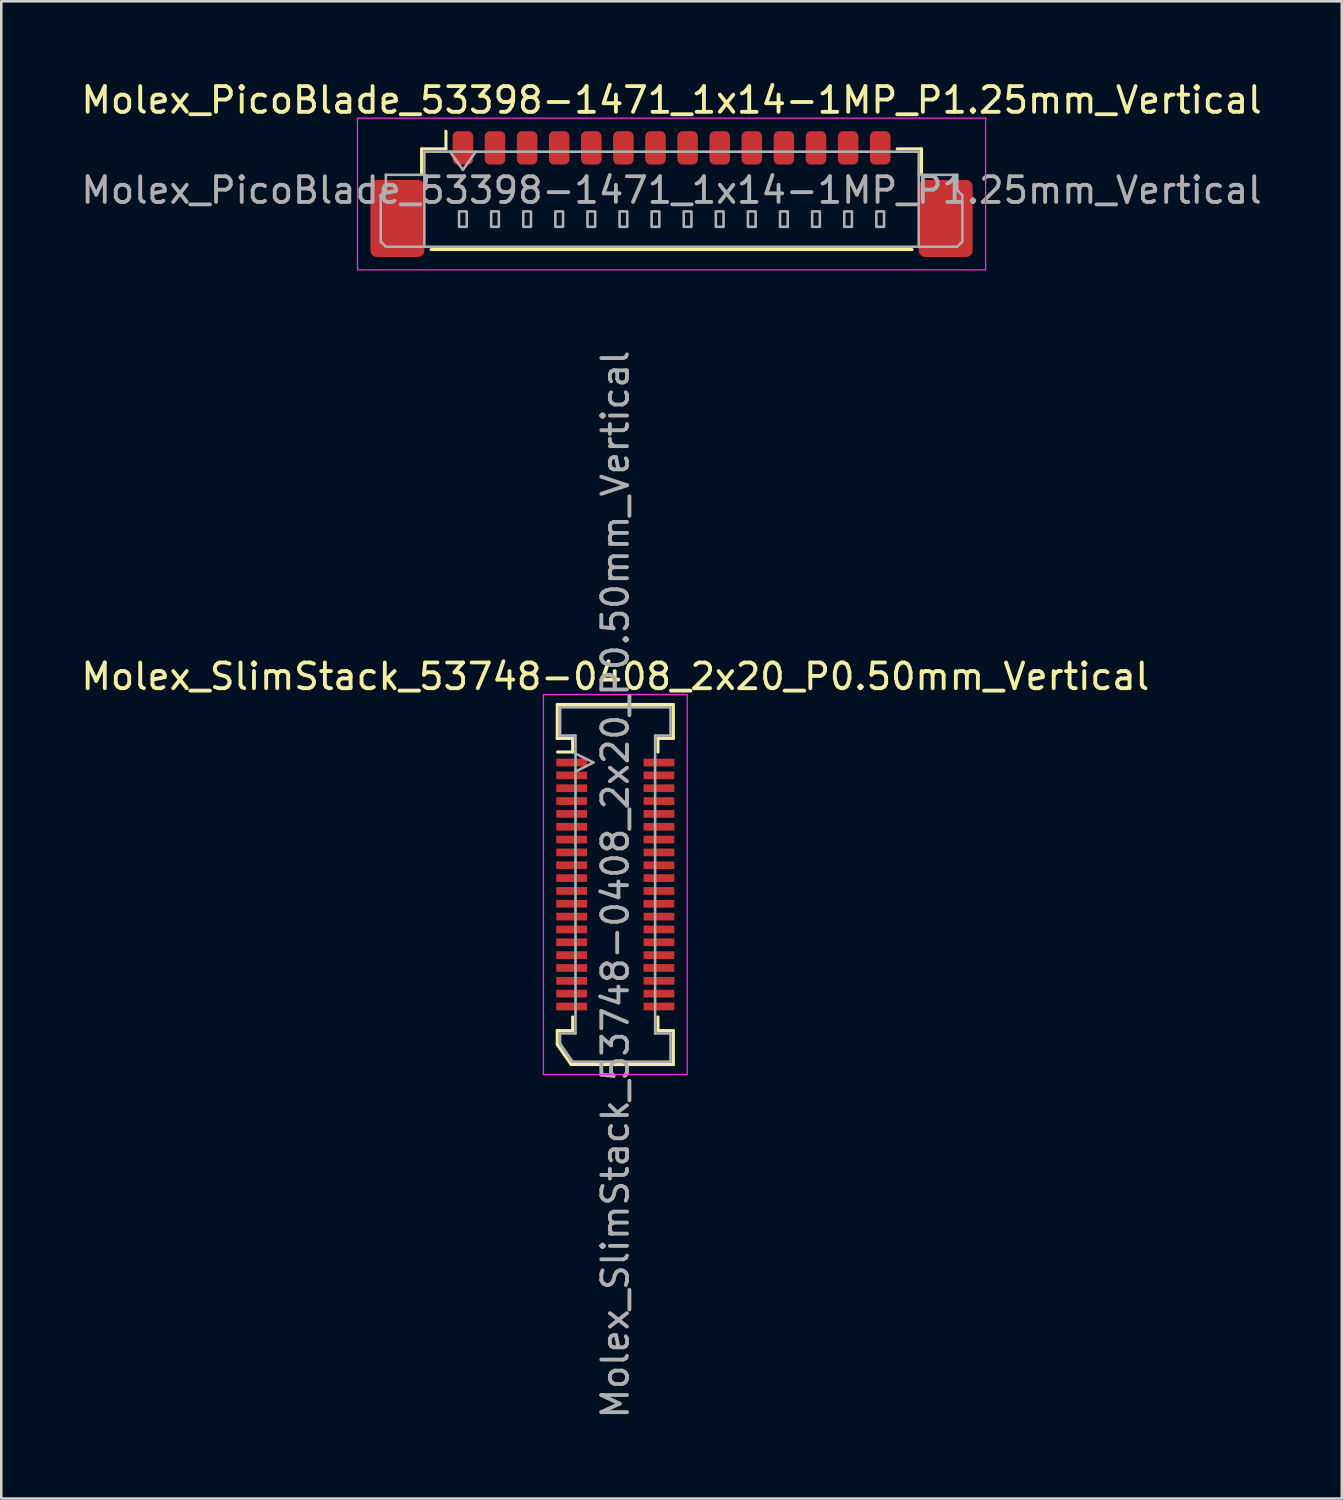
<source format=kicad_pcb>
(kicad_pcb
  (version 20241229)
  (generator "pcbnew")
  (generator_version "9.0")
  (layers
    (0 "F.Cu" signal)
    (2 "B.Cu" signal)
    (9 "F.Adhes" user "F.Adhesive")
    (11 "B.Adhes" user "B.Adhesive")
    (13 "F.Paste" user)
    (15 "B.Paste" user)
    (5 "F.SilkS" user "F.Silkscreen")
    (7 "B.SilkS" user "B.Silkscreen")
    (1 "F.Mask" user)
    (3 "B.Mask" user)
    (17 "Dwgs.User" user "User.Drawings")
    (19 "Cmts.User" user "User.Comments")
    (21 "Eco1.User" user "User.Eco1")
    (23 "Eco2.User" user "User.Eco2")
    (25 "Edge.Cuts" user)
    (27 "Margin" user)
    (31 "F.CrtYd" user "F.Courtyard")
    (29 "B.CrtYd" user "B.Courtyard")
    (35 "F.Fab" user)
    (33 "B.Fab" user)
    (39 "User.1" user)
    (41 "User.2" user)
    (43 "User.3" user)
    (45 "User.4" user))
  (footprint "Molex_SlimStack_53748-0408_2x20_P0.50mm_Vertical"
    (layer "F.Cu")
    (at 20.911 31.394)
    (property "Reference" "Molex_SlimStack_53748-0408_2x20_P0.50mm_Vertical" (at 0 -8.1 0) (layer "F.SilkS") (effects (font (size 1 1) (thickness 0.15))))
    (attr smd)
    (fp_line (start -2.26 -7.01) (end -2.26 -5.69) (stroke (width 0.12) (type solid)) (layer "F.SilkS"))
    (fp_line (start -2.26 -5.69) (end -2.26 -5.69) (stroke (width 0.12) (type solid)) (layer "F.SilkS"))
    (fp_line (start -2.26 -5.69) (end -1.66 -5.69) (stroke (width 0.12) (type solid)) (layer "F.SilkS"))
    (fp_line (start -2.26 5.69) (end -1.66 5.69) (stroke (width 0.12) (type solid)) (layer "F.SilkS"))
    (fp_line (start -2.26 6.235) (end -2.26 5.69) (stroke (width 0.12) (type solid)) (layer "F.SilkS"))
    (fp_line (start -1.717 7.01) (end -2.26 6.235) (stroke (width 0.12) (type solid)) (layer "F.SilkS"))
    (fp_line (start -1.66 -5.69) (end -1.66 -5.16) (stroke (width 0.12) (type solid)) (layer "F.SilkS"))
    (fp_line (start -1.66 -5.16) (end -2.25 -5.16) (stroke (width 0.12) (type solid)) (layer "F.SilkS"))
    (fp_line (start -1.66 5.69) (end -1.66 5.16) (stroke (width 0.12) (type solid)) (layer "F.SilkS"))
    (fp_line (start 1.66 -5.69) (end 2.26 -5.69) (stroke (width 0.12) (type solid)) (layer "F.SilkS"))
    (fp_line (start 1.66 -5.16) (end 1.66 -5.69) (stroke (width 0.12) (type solid)) (layer "F.SilkS"))
    (fp_line (start 1.66 5.16) (end 1.66 5.69) (stroke (width 0.12) (type solid)) (layer "F.SilkS"))
    (fp_line (start 1.66 5.69) (end 2.26 5.69) (stroke (width 0.12) (type solid)) (layer "F.SilkS"))
    (fp_line (start 2.26 -7.01) (end -2.26 -7.01) (stroke (width 0.12) (type solid)) (layer "F.SilkS"))
    (fp_line (start 2.26 -5.69) (end 2.26 -7.01) (stroke (width 0.12) (type solid)) (layer "F.SilkS"))
    (fp_line (start 2.26 5.69) (end 2.26 7.01) (stroke (width 0.12) (type solid)) (layer "F.SilkS"))
    (fp_line (start 2.26 7.01) (end -1.717 7.01) (stroke (width 0.12) (type solid)) (layer "F.SilkS"))
    (fp_line (start -2.8 -7.4) (end -2.8 7.4) (stroke (width 0.05) (type solid)) (layer "F.CrtYd"))
    (fp_line (start -2.8 7.4) (end 2.8 7.4) (stroke (width 0.05) (type solid)) (layer "F.CrtYd"))
    (fp_line (start 2.8 -7.4) (end -2.8 -7.4) (stroke (width 0.05) (type solid)) (layer "F.CrtYd"))
    (fp_line (start 2.8 7.4) (end 2.8 -7.4) (stroke (width 0.05) (type solid)) (layer "F.CrtYd"))
    (fp_line (start -2.15 -6.9) (end -2.15 -5.8) (stroke (width 0.1) (type solid)) (layer "F.Fab"))
    (fp_line (start -2.15 -5.8) (end -1.55 -5.8) (stroke (width 0.1) (type solid)) (layer "F.Fab"))
    (fp_line (start -2.15 5.8) (end -2.15 6.2) (stroke (width 0.1) (type solid)) (layer "F.Fab"))
    (fp_line (start -2.15 6.2) (end -1.66 6.9) (stroke (width 0.1) (type solid)) (layer "F.Fab"))
    (fp_line (start -1.66 6.9) (end 2.15 6.9) (stroke (width 0.1) (type solid)) (layer "F.Fab"))
    (fp_line (start -1.55 -5.8) (end -1.55 5.8) (stroke (width 0.1) (type solid)) (layer "F.Fab"))
    (fp_line (start -1.55 5.8) (end -2.15 5.8) (stroke (width 0.1) (type solid)) (layer "F.Fab"))
    (fp_line (start -0.85 -4.75) (end -1.55 -5.1) (stroke (width 0.1) (type solid)) (layer "F.Fab"))
    (fp_line (start -0.85 -4.75) (end -1.55 -4.4) (stroke (width 0.1) (type solid)) (layer "F.Fab"))
    (fp_line (start 1.55 -5.8) (end 2.15 -5.8) (stroke (width 0.1) (type solid)) (layer "F.Fab"))
    (fp_line (start 1.55 5.8) (end 1.55 -5.8) (stroke (width 0.1) (type solid)) (layer "F.Fab"))
    (fp_line (start 2.15 -6.9) (end -2.15 -6.9) (stroke (width 0.1) (type solid)) (layer "F.Fab"))
    (fp_line (start 2.15 -5.8) (end 2.15 -6.9) (stroke (width 0.1) (type solid)) (layer "F.Fab"))
    (fp_line (start 2.15 5.8) (end 1.55 5.8) (stroke (width 0.1) (type solid)) (layer "F.Fab"))
    (fp_line (start 2.15 6.9) (end 2.15 5.8) (stroke (width 0.1) (type solid)) (layer "F.Fab"))
    (fp_text user "${REFERENCE}" (at 0 0 90) (layer "F.Fab") (effects (font (size 1 1) (thickness 0.15))))
    (pad "1" smd rect (at -1.7 -4.75) (size 1.2 0.3) (layers "F.Cu" "F.Mask" "F.Paste"))
    (pad "2" smd rect (at 1.7 -4.75) (size 1.2 0.3) (layers "F.Cu" "F.Mask" "F.Paste"))
    (pad "3" smd rect (at -1.7 -4.25) (size 1.2 0.3) (layers "F.Cu" "F.Mask" "F.Paste"))
    (pad "4" smd rect (at 1.7 -4.25) (size 1.2 0.3) (layers "F.Cu" "F.Mask" "F.Paste"))
    (pad "5" smd rect (at -1.7 -3.75) (size 1.2 0.3) (layers "F.Cu" "F.Mask" "F.Paste"))
    (pad "6" smd rect (at 1.7 -3.75) (size 1.2 0.3) (layers "F.Cu" "F.Mask" "F.Paste"))
    (pad "7" smd rect (at -1.7 -3.25) (size 1.2 0.3) (layers "F.Cu" "F.Mask" "F.Paste"))
    (pad "8" smd rect (at 1.7 -3.25) (size 1.2 0.3) (layers "F.Cu" "F.Mask" "F.Paste"))
    (pad "9" smd rect (at -1.7 -2.75) (size 1.2 0.3) (layers "F.Cu" "F.Mask" "F.Paste"))
    (pad "10" smd rect (at 1.7 -2.75) (size 1.2 0.3) (layers "F.Cu" "F.Mask" "F.Paste"))
    (pad "11" smd rect (at -1.7 -2.25) (size 1.2 0.3) (layers "F.Cu" "F.Mask" "F.Paste"))
    (pad "12" smd rect (at 1.7 -2.25) (size 1.2 0.3) (layers "F.Cu" "F.Mask" "F.Paste"))
    (pad "13" smd rect (at -1.7 -1.75) (size 1.2 0.3) (layers "F.Cu" "F.Mask" "F.Paste"))
    (pad "14" smd rect (at 1.7 -1.75) (size 1.2 0.3) (layers "F.Cu" "F.Mask" "F.Paste"))
    (pad "15" smd rect (at -1.7 -1.25) (size 1.2 0.3) (layers "F.Cu" "F.Mask" "F.Paste"))
    (pad "16" smd rect (at 1.7 -1.25) (size 1.2 0.3) (layers "F.Cu" "F.Mask" "F.Paste"))
    (pad "17" smd rect (at -1.7 -0.75) (size 1.2 0.3) (layers "F.Cu" "F.Mask" "F.Paste"))
    (pad "18" smd rect (at 1.7 -0.75) (size 1.2 0.3) (layers "F.Cu" "F.Mask" "F.Paste"))
    (pad "19" smd rect (at -1.7 -0.25) (size 1.2 0.3) (layers "F.Cu" "F.Mask" "F.Paste"))
    (pad "20" smd rect (at 1.7 -0.25) (size 1.2 0.3) (layers "F.Cu" "F.Mask" "F.Paste"))
    (pad "21" smd rect (at -1.7 0.25) (size 1.2 0.3) (layers "F.Cu" "F.Mask" "F.Paste"))
    (pad "22" smd rect (at 1.7 0.25) (size 1.2 0.3) (layers "F.Cu" "F.Mask" "F.Paste"))
    (pad "23" smd rect (at -1.7 0.75) (size 1.2 0.3) (layers "F.Cu" "F.Mask" "F.Paste"))
    (pad "24" smd rect (at 1.7 0.75) (size 1.2 0.3) (layers "F.Cu" "F.Mask" "F.Paste"))
    (pad "25" smd rect (at -1.7 1.25) (size 1.2 0.3) (layers "F.Cu" "F.Mask" "F.Paste"))
    (pad "26" smd rect (at 1.7 1.25) (size 1.2 0.3) (layers "F.Cu" "F.Mask" "F.Paste"))
    (pad "27" smd rect (at -1.7 1.75) (size 1.2 0.3) (layers "F.Cu" "F.Mask" "F.Paste"))
    (pad "28" smd rect (at 1.7 1.75) (size 1.2 0.3) (layers "F.Cu" "F.Mask" "F.Paste"))
    (pad "29" smd rect (at -1.7 2.25) (size 1.2 0.3) (layers "F.Cu" "F.Mask" "F.Paste"))
    (pad "30" smd rect (at 1.7 2.25) (size 1.2 0.3) (layers "F.Cu" "F.Mask" "F.Paste"))
    (pad "31" smd rect (at -1.7 2.75) (size 1.2 0.3) (layers "F.Cu" "F.Mask" "F.Paste"))
    (pad "32" smd rect (at 1.7 2.75) (size 1.2 0.3) (layers "F.Cu" "F.Mask" "F.Paste"))
    (pad "33" smd rect (at -1.7 3.25) (size 1.2 0.3) (layers "F.Cu" "F.Mask" "F.Paste"))
    (pad "34" smd rect (at 1.7 3.25) (size 1.2 0.3) (layers "F.Cu" "F.Mask" "F.Paste"))
    (pad "35" smd rect (at -1.7 3.75) (size 1.2 0.3) (layers "F.Cu" "F.Mask" "F.Paste"))
    (pad "36" smd rect (at 1.7 3.75) (size 1.2 0.3) (layers "F.Cu" "F.Mask" "F.Paste"))
    (pad "37" smd rect (at -1.7 4.25) (size 1.2 0.3) (layers "F.Cu" "F.Mask" "F.Paste"))
    (pad "38" smd rect (at 1.7 4.25) (size 1.2 0.3) (layers "F.Cu" "F.Mask" "F.Paste"))
    (pad "39" smd rect (at -1.7 4.75) (size 1.2 0.3) (layers "F.Cu" "F.Mask" "F.Paste"))
    (pad "40" smd rect (at 1.7 4.75) (size 1.2 0.3) (layers "F.Cu" "F.Mask" "F.Paste")))
  (footprint "Molex_PicoBlade_53398-1471_1x14-1MP_P1.25mm_Vertical"
    (layer "F.Cu")
    (at 23.101 3.958)
    (property "Reference" "Molex_PicoBlade_53398-1471_1x14-1MP_P1.25mm_Vertical" (at 0 -3.11 0) (layer "F.SilkS") (effects (font (size 1 1) (thickness 0.15))))
    (attr smd)
    (fp_line (start -9.735 -1.21) (end -8.785 -1.21) (stroke (width 0.12) (type solid)) (layer "F.SilkS"))
    (fp_line (start -9.735 -0.26) (end -9.735 -1.21) (stroke (width 0.12) (type solid)) (layer "F.SilkS"))
    (fp_line (start -9.365 2.71) (end 9.365 2.71) (stroke (width 0.12) (type solid)) (layer "F.SilkS"))
    (fp_line (start -8.785 -1.21) (end -8.785 -1.9) (stroke (width 0.12) (type solid)) (layer "F.SilkS"))
    (fp_line (start 9.735 -1.21) (end 8.785 -1.21) (stroke (width 0.12) (type solid)) (layer "F.SilkS"))
    (fp_line (start 9.735 -0.26) (end 9.735 -1.21) (stroke (width 0.12) (type solid)) (layer "F.SilkS"))
    (fp_line (start -12.23 -2.41) (end -12.23 3.5) (stroke (width 0.05) (type solid)) (layer "F.CrtYd"))
    (fp_line (start -12.23 3.5) (end 12.23 3.5) (stroke (width 0.05) (type solid)) (layer "F.CrtYd"))
    (fp_line (start 12.23 -2.41) (end -12.23 -2.41) (stroke (width 0.05) (type solid)) (layer "F.CrtYd"))
    (fp_line (start 12.23 3.5) (end 12.23 -2.41) (stroke (width 0.05) (type solid)) (layer "F.CrtYd"))
    (fp_line (start -11.325 0.6) (end -11.125 0.4) (stroke (width 0.1) (type solid)) (layer "F.Fab"))
    (fp_line (start -11.325 2.4) (end -11.325 0.6) (stroke (width 0.1) (type solid)) (layer "F.Fab"))
    (fp_line (start -11.125 -0.2) (end -9.625 -0.2) (stroke (width 0.1) (type solid)) (layer "F.Fab"))
    (fp_line (start -11.125 0.4) (end -11.125 -0.2) (stroke (width 0.1) (type solid)) (layer "F.Fab"))
    (fp_line (start -11.125 2.6) (end -11.325 2.4) (stroke (width 0.1) (type solid)) (layer "F.Fab"))
    (fp_line (start -9.625 -1.1) (end -9.625 2.6) (stroke (width 0.1) (type solid)) (layer "F.Fab"))
    (fp_line (start -9.625 -1.1) (end 9.625 -1.1) (stroke (width 0.1) (type solid)) (layer "F.Fab"))
    (fp_line (start -9.625 2.6) (end -11.125 2.6) (stroke (width 0.1) (type solid)) (layer "F.Fab"))
    (fp_line (start -9.625 2.6) (end 9.625 2.6) (stroke (width 0.1) (type solid)) (layer "F.Fab"))
    (fp_line (start -8.625 -1.1) (end -8.125 -0.393) (stroke (width 0.1) (type solid)) (layer "F.Fab"))
    (fp_line (start -8.125 -0.393) (end -7.625 -1.1) (stroke (width 0.1) (type solid)) (layer "F.Fab"))
    (fp_line (start 9.625 -1.1) (end 9.625 2.6) (stroke (width 0.1) (type solid)) (layer "F.Fab"))
    (fp_line (start 9.625 2.6) (end 11.125 2.6) (stroke (width 0.1) (type solid)) (layer "F.Fab"))
    (fp_line (start 11.125 -0.2) (end 9.625 -0.2) (stroke (width 0.1) (type solid)) (layer "F.Fab"))
    (fp_line (start 11.125 0.4) (end 11.125 -0.2) (stroke (width 0.1) (type solid)) (layer "F.Fab"))
    (fp_line (start 11.125 2.6) (end 11.325 2.4) (stroke (width 0.1) (type solid)) (layer "F.Fab"))
    (fp_line (start 11.325 0.6) (end 11.125 0.4) (stroke (width 0.1) (type solid)) (layer "F.Fab"))
    (fp_line (start 11.325 2.4) (end 11.325 0.6) (stroke (width 0.1) (type solid)) (layer "F.Fab"))
    (fp_rect (start -8.275 1.225) (end -7.975 1.825) (stroke (width 0.1) (type solid)) (fill no) (layer "F.Fab"))
    (fp_rect (start -7.025 1.225) (end -6.725 1.825) (stroke (width 0.1) (type solid)) (fill no) (layer "F.Fab"))
    (fp_rect (start -5.775 1.225) (end -5.475 1.825) (stroke (width 0.1) (type solid)) (fill no) (layer "F.Fab"))
    (fp_rect (start -4.525 1.225) (end -4.225 1.825) (stroke (width 0.1) (type solid)) (fill no) (layer "F.Fab"))
    (fp_rect (start -3.275 1.225) (end -2.975 1.825) (stroke (width 0.1) (type solid)) (fill no) (layer "F.Fab"))
    (fp_rect (start -2.025 1.225) (end -1.725 1.825) (stroke (width 0.1) (type solid)) (fill no) (layer "F.Fab"))
    (fp_rect (start -0.775 1.225) (end -0.475 1.825) (stroke (width 0.1) (type solid)) (fill no) (layer "F.Fab"))
    (fp_rect (start 0.475 1.225) (end 0.775 1.825) (stroke (width 0.1) (type solid)) (fill no) (layer "F.Fab"))
    (fp_rect (start 1.725 1.225) (end 2.025 1.825) (stroke (width 0.1) (type solid)) (fill no) (layer "F.Fab"))
    (fp_rect (start 2.975 1.225) (end 3.275 1.825) (stroke (width 0.1) (type solid)) (fill no) (layer "F.Fab"))
    (fp_rect (start 4.225 1.225) (end 4.525 1.825) (stroke (width 0.1) (type solid)) (fill no) (layer "F.Fab"))
    (fp_rect (start 5.475 1.225) (end 5.775 1.825) (stroke (width 0.1) (type solid)) (fill no) (layer "F.Fab"))
    (fp_rect (start 6.725 1.225) (end 7.025 1.825) (stroke (width 0.1) (type solid)) (fill no) (layer "F.Fab"))
    (fp_rect (start 7.975 1.225) (end 8.275 1.825) (stroke (width 0.1) (type solid)) (fill no) (layer "F.Fab"))
    (fp_text user "${REFERENCE}" (at 0 0.4 0) (layer "F.Fab") (effects (font (size 1 1) (thickness 0.15))))
    (pad "1" smd roundrect (at -8.125 -1.25) (size 0.8 1.3) (layers "F.Cu" "F.Mask" "F.Paste") (roundrect_rratio 0.25))
    (pad "2" smd roundrect (at -6.875 -1.25) (size 0.8 1.3) (layers "F.Cu" "F.Mask" "F.Paste") (roundrect_rratio 0.25))
    (pad "3" smd roundrect (at -5.625 -1.25) (size 0.8 1.3) (layers "F.Cu" "F.Mask" "F.Paste") (roundrect_rratio 0.25))
    (pad "4" smd roundrect (at -4.375 -1.25) (size 0.8 1.3) (layers "F.Cu" "F.Mask" "F.Paste") (roundrect_rratio 0.25))
    (pad "5" smd roundrect (at -3.125 -1.25) (size 0.8 1.3) (layers "F.Cu" "F.Mask" "F.Paste") (roundrect_rratio 0.25))
    (pad "6" smd roundrect (at -1.875 -1.25) (size 0.8 1.3) (layers "F.Cu" "F.Mask" "F.Paste") (roundrect_rratio 0.25))
    (pad "7" smd roundrect (at -0.625 -1.25) (size 0.8 1.3) (layers "F.Cu" "F.Mask" "F.Paste") (roundrect_rratio 0.25))
    (pad "8" smd roundrect (at 0.625 -1.25) (size 0.8 1.3) (layers "F.Cu" "F.Mask" "F.Paste") (roundrect_rratio 0.25))
    (pad "9" smd roundrect (at 1.875 -1.25) (size 0.8 1.3) (layers "F.Cu" "F.Mask" "F.Paste") (roundrect_rratio 0.25))
    (pad "10" smd roundrect (at 3.125 -1.25) (size 0.8 1.3) (layers "F.Cu" "F.Mask" "F.Paste") (roundrect_rratio 0.25))
    (pad "11" smd roundrect (at 4.375 -1.25) (size 0.8 1.3) (layers "F.Cu" "F.Mask" "F.Paste") (roundrect_rratio 0.25))
    (pad "12" smd roundrect (at 5.625 -1.25) (size 0.8 1.3) (layers "F.Cu" "F.Mask" "F.Paste") (roundrect_rratio 0.25))
    (pad "13" smd roundrect (at 6.875 -1.25) (size 0.8 1.3) (layers "F.Cu" "F.Mask" "F.Paste") (roundrect_rratio 0.25))
    (pad "14" smd roundrect (at 8.125 -1.25) (size 0.8 1.3) (layers "F.Cu" "F.Mask" "F.Paste") (roundrect_rratio 0.25))
    (pad "MP" smd roundrect (at -10.675 1.5) (size 2.1 3) (layers "F.Cu" "F.Mask" "F.Paste") (roundrect_rratio 0.119))
    (pad "MP" smd roundrect (at 10.675 1.5) (size 2.1 3) (layers "F.Cu" "F.Mask" "F.Paste") (roundrect_rratio 0.119)))
  (gr_rect
    (start -3 -3)
    (end 49.202 55.305)
    (stroke (width 0.1) (type default))
    (fill no)
    (layer "Edge.Cuts")))
</source>
